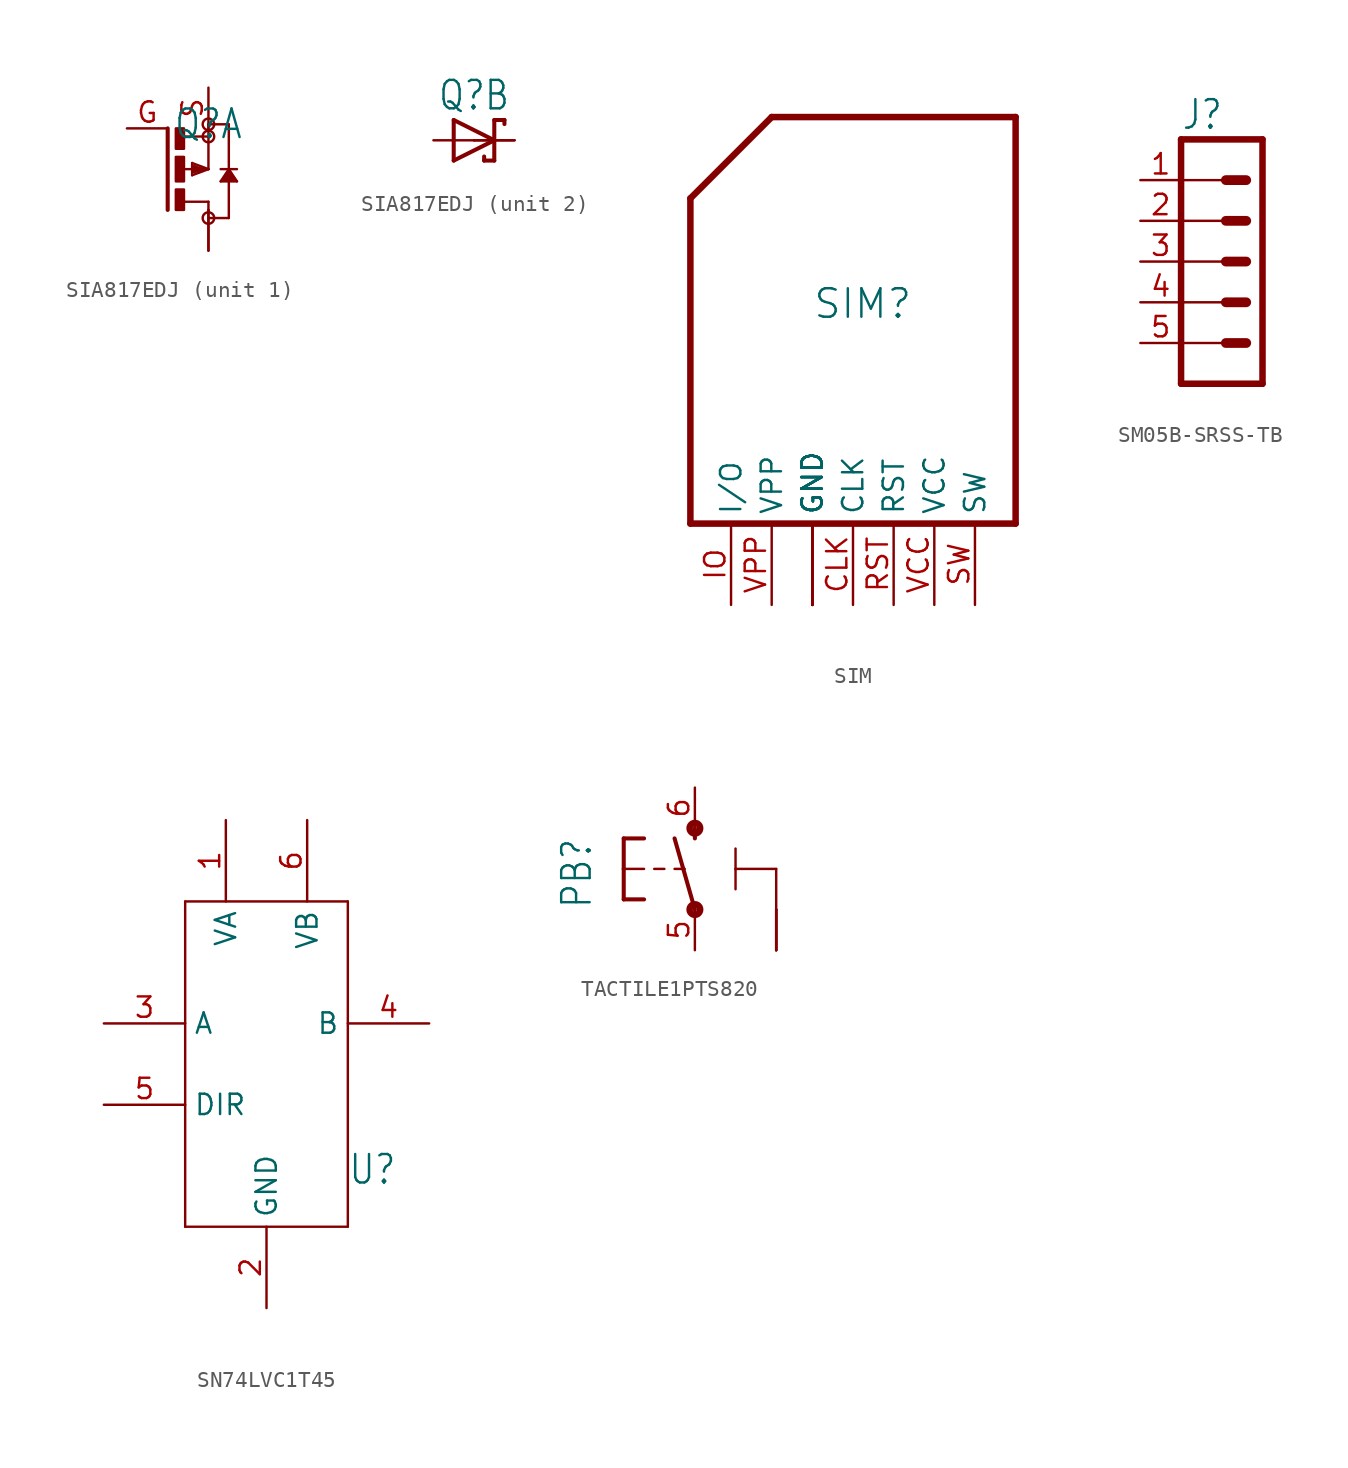
<source format=kicad_sym>
(kicad_symbol_lib
  (version 20231120)
  (generator "kicad_symbol_editor")
  (generator_version "8.0")
  (symbol "SIA817EDJ"
    (property "Reference" "Q"
      (at 0 1.778 0)
      (effects (font (size 1.778 1.511)) (justify bottom)))
    (property "Value" ""
      (at 0 -1.778 0)
      (effects (font (size 1.778 1.511)) (justify top)))
    (property "ki_locked" ""
      (at 0 0 0)
      (effects (font (size 1.27 1.27))))
    (symbol "SIA817EDJ_1_0"
      (rectangle (start -2.032 -2.54) (end -1.524 -1.27) (stroke (width 0) (type default)) (fill (type outline)))
      (rectangle (start -2.032 -0.762) (end -1.524 0.762) (stroke (width 0) (type default)) (fill (type outline)))
      (rectangle (start -2.032 1.27) (end -1.524 2.54) (stroke (width 0) (type default)) (fill (type outline)))
      (circle (center 0 -3.048) (radius 0.359) (stroke (width 0) (type solid)) (fill (type none)))
      (polyline (pts (xy -2.54 2.54) (xy -2.54 -2.54)) (stroke (width 0.254) (type solid)) (fill (type none)))
      (polyline (pts (xy -1.524 -2.032) (xy 0 -2.032)) (stroke (width 0.152) (type solid)) (fill (type none)))
      (polyline (pts (xy -1.524 0) (xy -0.508 0)) (stroke (width 0.152) (type solid)) (fill (type none)))
      (polyline (pts (xy -1.524 2.032) (xy 0 2.032)) (stroke (width 0.152) (type solid)) (fill (type none)))
      (polyline (pts (xy -1.016 -0.381) (xy 0 0)) (stroke (width 0.152) (type solid)) (fill (type none)))
      (polyline (pts (xy -1.016 0.381) (xy -1.016 -0.381)) (stroke (width 0.152) (type solid)) (fill (type none)))
      (polyline (pts (xy -0.889 -0.127) (xy -0.889 0.127)) (stroke (width 0.254) (type solid)) (fill (type none)))
      (polyline (pts (xy -0.889 0.127) (xy -0.508 0)) (stroke (width 0.254) (type solid)) (fill (type none)))
      (polyline (pts (xy -0.508 0) (xy -0.381 0)) (stroke (width 0.152) (type solid)) (fill (type none)))
      (polyline (pts (xy -0.381 0) (xy -0.889 -0.127)) (stroke (width 0.254) (type solid)) (fill (type none)))
      (polyline (pts (xy -0.381 0) (xy 0 0)) (stroke (width 0.152) (type solid)) (fill (type none)))
      (polyline (pts (xy 0 -3.048) (xy 1.27 -3.048)) (stroke (width 0.152) (type solid)) (fill (type none)))
      (polyline (pts (xy 0 -2.032) (xy 0 -2.54)) (stroke (width 0.152) (type solid)) (fill (type none)))
      (polyline (pts (xy 0 0) (xy -1.016 0.381)) (stroke (width 0.152) (type solid)) (fill (type none)))
      (polyline (pts (xy 0 0) (xy 0 2.032)) (stroke (width 0.152) (type solid)) (fill (type none)))
      (polyline (pts (xy 0 2.032) (xy 0 2.794)) (stroke (width 0.152) (type solid)) (fill (type none)))
      (polyline (pts (xy 0.762 -0.762) (xy 1.778 -0.762)) (stroke (width 0.152) (type solid)) (fill (type none)))
      (polyline (pts (xy 0.762 0) (xy 1.778 0)) (stroke (width 0.152) (type solid)) (fill (type none)))
      (polyline (pts (xy 1.016 -0.635) (xy 1.524 -0.635)) (stroke (width 0.254) (type solid)) (fill (type none)))
      (polyline (pts (xy 1.27 -3.048) (xy 1.27 -0.254)) (stroke (width 0.152) (type solid)) (fill (type none)))
      (polyline (pts (xy 1.27 -0.254) (xy 1.016 -0.635)) (stroke (width 0.254) (type solid)) (fill (type none)))
      (polyline (pts (xy 1.27 -0.254) (xy 1.27 0)) (stroke (width 0.152) (type solid)) (fill (type none)))
      (polyline (pts (xy 1.27 0) (xy 0.762 -0.762)) (stroke (width 0.152) (type solid)) (fill (type none)))
      (polyline (pts (xy 1.27 0) (xy 1.27 2.794)) (stroke (width 0.152) (type solid)) (fill (type none)))
      (polyline (pts (xy 1.27 2.794) (xy 0 2.794)) (stroke (width 0.152) (type solid)) (fill (type none)))
      (polyline (pts (xy 1.524 -0.635) (xy 1.27 -0.254)) (stroke (width 0.254) (type solid)) (fill (type none)))
      (polyline (pts (xy 1.778 -0.762) (xy 1.27 0)) (stroke (width 0.152) (type solid)) (fill (type none)))
      (circle (center 0 2.032) (radius 0.359) (stroke (width 0) (type solid)) (fill (type none)))
      (circle (center 0 2.794) (radius 0.359) (stroke (width 0) (type solid)) (fill (type none)))
      (pin passive line (at 0 -5.08 90) (length 2.54) (name "D" (effects (font (size 0 0)))) (number "D" (effects (font (size 0 0)))))
      (pin passive line (at 0 -5.08 90) (length 2.54) (name "D" (effects (font (size 0 0)))) (number "D2" (effects (font (size 0 0)))))
      (pin passive line (at -5.08 2.54 0) (length 2.54) (name "G" (effects (font (size 0 0)))) (number "G" (effects (font (size 1.27 1.27)))))
      (pin passive line (at 0 5.08 270) (length 2.54) (name "S" (effects (font (size 0 0)))) (number "S" (effects (font (size 1.27 1.27))))))
    (symbol "SIA817EDJ_2_0"
      (polyline (pts (xy -1.27 -1.27) (xy 1.27 0)) (stroke (width 0.254) (type solid)) (fill (type none)))
      (polyline (pts (xy -1.27 1.27) (xy -1.27 -1.27)) (stroke (width 0.254) (type solid)) (fill (type none)))
      (polyline (pts (xy 0.635 -1.016) (xy 0.635 -1.27)) (stroke (width 0.254) (type solid)) (fill (type none)))
      (polyline (pts (xy 1.27 -1.27) (xy 0.635 -1.27)) (stroke (width 0.254) (type solid)) (fill (type none)))
      (polyline (pts (xy 1.27 0) (xy -1.27 1.27)) (stroke (width 0.254) (type solid)) (fill (type none)))
      (polyline (pts (xy 1.27 0) (xy 1.27 -1.27)) (stroke (width 0.254) (type solid)) (fill (type none)))
      (polyline (pts (xy 1.27 1.27) (xy 1.27 0)) (stroke (width 0.254) (type solid)) (fill (type none)))
      (polyline (pts (xy 1.905 1.27) (xy 1.27 1.27)) (stroke (width 0.254) (type solid)) (fill (type none)))
      (polyline (pts (xy 1.905 1.27) (xy 1.905 1.016)) (stroke (width 0.254) (type solid)) (fill (type none)))
      (pin passive line (at -2.54 0 0) (length 2.54) (name "A" (effects (font (size 0 0)))) (number "A" (effects (font (size 0 0)))))
      (pin passive line (at 2.54 0 180) (length 2.54) (name "C" (effects (font (size 0 0)))) (number "K" (effects (font (size 0 0)))))
      (pin passive line (at 2.54 0 180) (length 2.54) (name "C" (effects (font (size 0 0)))) (number "K2" (effects (font (size 0 0)))))))
  (symbol "SIM"
    (property "Reference" "SIM"
      (at -2.54 0 0)
      (effects (font (size 1.778 1.778)) (justify left bottom)))
    (property "ki_locked" ""
      (at 0 0 0)
      (effects (font (size 1.27 1.27))))
    (symbol "SIM_1_0"
      (polyline (pts (xy -10.16 -12.7) (xy 10.16 -12.7)) (stroke (width 0.406) (type solid)) (fill (type none)))
      (polyline (pts (xy -10.16 7.62) (xy -10.16 -12.7)) (stroke (width 0.406) (type solid)) (fill (type none)))
      (polyline (pts (xy -5.08 12.7) (xy -10.16 7.62)) (stroke (width 0.406) (type solid)) (fill (type none)))
      (polyline (pts (xy 10.16 -12.7) (xy 10.16 12.7)) (stroke (width 0.406) (type solid)) (fill (type none)))
      (polyline (pts (xy 10.16 12.7) (xy -5.08 12.7)) (stroke (width 0.406) (type solid)) (fill (type none)))
      (pin bidirectional line (at 0 -17.78 90) (length 5.08) (name "CLK" (effects (font (size 1.27 1.27)))) (number "CLK" (effects (font (size 1.27 1.27)))))
      (pin bidirectional line (at -2.54 -17.78 90) (length 5.08) (name "GND" (effects (font (size 1.27 1.27)))) (number "GND" (effects (font (size 0 0)))))
      (pin bidirectional line (at -7.62 -17.78 90) (length 5.08) (name "I/O" (effects (font (size 1.27 1.27)))) (number "IO" (effects (font (size 1.27 1.27)))))
      (pin bidirectional line (at 2.54 -17.78 90) (length 5.08) (name "RST" (effects (font (size 1.27 1.27)))) (number "RST" (effects (font (size 1.27 1.27)))))
      (pin bidirectional line (at -2.54 -17.78 90) (length 5.08) (name "GND" (effects (font (size 1.27 1.27)))) (number "SH1" (effects (font (size 0 0)))))
      (pin bidirectional line (at -2.54 -17.78 90) (length 5.08) (name "GND" (effects (font (size 1.27 1.27)))) (number "SH2" (effects (font (size 0 0)))))
      (pin bidirectional line (at -2.54 -17.78 90) (length 5.08) (name "GND" (effects (font (size 1.27 1.27)))) (number "SH3" (effects (font (size 0 0)))))
      (pin bidirectional line (at -2.54 -17.78 90) (length 5.08) (name "GND" (effects (font (size 1.27 1.27)))) (number "SH4" (effects (font (size 0 0)))))
      (pin bidirectional line (at -2.54 -17.78 90) (length 5.08) (name "GND" (effects (font (size 1.27 1.27)))) (number "SH5" (effects (font (size 0 0)))))
      (pin bidirectional line (at 7.62 -17.78 90) (length 5.08) (name "SW" (effects (font (size 1.27 1.27)))) (number "SW" (effects (font (size 1.27 1.27)))))
      (pin bidirectional line (at 5.08 -17.78 90) (length 5.08) (name "VCC" (effects (font (size 1.27 1.27)))) (number "VCC" (effects (font (size 1.27 1.27)))))
      (pin bidirectional line (at -5.08 -17.78 90) (length 5.08) (name "VPP" (effects (font (size 1.27 1.27)))) (number "VPP" (effects (font (size 1.27 1.27)))))))
  (symbol "SM05B-SRSS-TB"
    (property "Reference" "J"
      (at -2.54 8.128 0)
      (effects (font (size 1.778 1.511)) (justify left bottom)))
    (property "ki_locked" ""
      (at 0 0 0)
      (effects (font (size 1.27 1.27))))
    (symbol "SM05B-SRSS-TB_1_0"
      (polyline (pts (xy -2.54 -5.08) (xy -2.54 -7.62)) (stroke (width 0.406) (type solid)) (fill (type none)))
      (polyline (pts (xy -2.54 -5.08) (xy 0 -5.08)) (stroke (width 0.152) (type solid)) (fill (type none)))
      (polyline (pts (xy -2.54 -2.54) (xy -2.54 -5.08)) (stroke (width 0.406) (type solid)) (fill (type none)))
      (polyline (pts (xy -2.54 -2.54) (xy 0 -2.54)) (stroke (width 0.152) (type solid)) (fill (type none)))
      (polyline (pts (xy -2.54 0) (xy -2.54 -2.54)) (stroke (width 0.406) (type solid)) (fill (type none)))
      (polyline (pts (xy -2.54 0) (xy 0 0)) (stroke (width 0.152) (type solid)) (fill (type none)))
      (polyline (pts (xy -2.54 2.54) (xy -2.54 0)) (stroke (width 0.406) (type solid)) (fill (type none)))
      (polyline (pts (xy -2.54 2.54) (xy 0 2.54)) (stroke (width 0.152) (type solid)) (fill (type none)))
      (polyline (pts (xy -2.54 5.08) (xy -2.54 2.54)) (stroke (width 0.406) (type solid)) (fill (type none)))
      (polyline (pts (xy -2.54 5.08) (xy 0 5.08)) (stroke (width 0.152) (type solid)) (fill (type none)))
      (polyline (pts (xy -2.54 7.62) (xy -2.54 5.08)) (stroke (width 0.406) (type solid)) (fill (type none)))
      (polyline (pts (xy -2.54 7.62) (xy 2.54 7.62)) (stroke (width 0.406) (type solid)) (fill (type none)))
      (polyline (pts (xy 0.254 -5.08) (xy 1.524 -5.08)) (stroke (width 0.61) (type solid)) (fill (type none)))
      (polyline (pts (xy 0.254 -2.54) (xy 1.524 -2.54)) (stroke (width 0.61) (type solid)) (fill (type none)))
      (polyline (pts (xy 0.254 0) (xy 1.524 0)) (stroke (width 0.61) (type solid)) (fill (type none)))
      (polyline (pts (xy 0.254 2.54) (xy 1.524 2.54)) (stroke (width 0.61) (type solid)) (fill (type none)))
      (polyline (pts (xy 0.254 5.08) (xy 1.524 5.08)) (stroke (width 0.61) (type solid)) (fill (type none)))
      (polyline (pts (xy 2.54 -7.62) (xy -2.54 -7.62)) (stroke (width 0.406) (type solid)) (fill (type none)))
      (polyline (pts (xy 2.54 -7.62) (xy 2.54 7.62)) (stroke (width 0.406) (type solid)) (fill (type none)))
      (pin passive line (at -5.08 5.08 0) (length 2.54) (name "1" (effects (font (size 0 0)))) (number "1" (effects (font (size 1.27 1.27)))))
      (pin passive line (at -5.08 2.54 0) (length 2.54) (name "2" (effects (font (size 0 0)))) (number "2" (effects (font (size 1.27 1.27)))))
      (pin passive line (at -5.08 0 0) (length 2.54) (name "3" (effects (font (size 0 0)))) (number "3" (effects (font (size 1.27 1.27)))))
      (pin passive line (at -5.08 -2.54 0) (length 2.54) (name "4" (effects (font (size 0 0)))) (number "4" (effects (font (size 1.27 1.27)))))
      (pin passive line (at -5.08 -5.08 0) (length 2.54) (name "5" (effects (font (size 0 0)))) (number "5" (effects (font (size 1.27 1.27)))))
      (pin passive line (at 0 -7.62 0) (length 0) (name "SH" (effects (font (size 0 0)))) (number "SH1" (effects (font (size 0 0)))))
      (pin passive line (at 0 -7.62 0) (length 0) (name "SH" (effects (font (size 0 0)))) (number "SH2" (effects (font (size 0 0)))))))
  (symbol "SN74LVC1T45"
    (property "Reference" "U"
      (at 5.08 -7.62 0)
      (effects (font (size 1.778 1.511)) (justify left bottom)))
    (property "Value" ""
      (at 5.08 -10.16 0)
      (effects (font (size 1.778 1.511)) (justify left bottom)))
    (property "ki_locked" ""
      (at 0 0 0)
      (effects (font (size 1.27 1.27))))
    (symbol "SN74LVC1T45_1_0"
      (polyline (pts (xy -5.08 -10.16) (xy 5.08 -10.16)) (stroke (width 0.152) (type solid)) (fill (type none)))
      (polyline (pts (xy -5.08 10.16) (xy -5.08 -10.16)) (stroke (width 0.152) (type solid)) (fill (type none)))
      (polyline (pts (xy 5.08 -10.16) (xy 5.08 10.16)) (stroke (width 0.152) (type solid)) (fill (type none)))
      (polyline (pts (xy 5.08 10.16) (xy -5.08 10.16)) (stroke (width 0.152) (type solid)) (fill (type none)))
      (pin power_in line (at -2.54 15.24 270) (length 5.08) (name "VA" (effects (font (size 1.27 1.27)))) (number "1" (effects (font (size 1.27 1.27)))))
      (pin power_in line (at 0 -15.24 90) (length 5.08) (name "GND" (effects (font (size 1.27 1.27)))) (number "2" (effects (font (size 1.27 1.27)))))
      (pin bidirectional line (at -10.16 2.54 0) (length 5.08) (name "A" (effects (font (size 1.27 1.27)))) (number "3" (effects (font (size 1.27 1.27)))))
      (pin bidirectional line (at 10.16 2.54 180) (length 5.08) (name "B" (effects (font (size 1.27 1.27)))) (number "4" (effects (font (size 1.27 1.27)))))
      (pin bidirectional line (at -10.16 -2.54 0) (length 5.08) (name "DIR" (effects (font (size 1.27 1.27)))) (number "5" (effects (font (size 1.27 1.27)))))
      (pin power_in line (at 2.54 15.24 270) (length 5.08) (name "VB" (effects (font (size 1.27 1.27)))) (number "6" (effects (font (size 1.27 1.27)))))))
  (symbol "TACTILE1PTS820"
    (property "Reference" "PB"
      (at -6.35 -2.54 90)
      (effects (font (size 1.778 1.511)) (justify left bottom)))
    (property "ki_locked" ""
      (at 0 0 0)
      (effects (font (size 1.27 1.27))))
    (symbol "TACTILE1PTS820_1_0"
      (circle (center 0 -2.54) (radius 0.127) (stroke (width 0.406) (type solid)) (fill (type none)))
      (polyline (pts (xy -4.445 -1.905) (xy -3.175 -1.905)) (stroke (width 0.254) (type solid)) (fill (type none)))
      (polyline (pts (xy -4.445 0) (xy -4.445 -1.905)) (stroke (width 0.254) (type solid)) (fill (type none)))
      (polyline (pts (xy -4.445 0) (xy -3.175 0)) (stroke (width 0.152) (type solid)) (fill (type none)))
      (polyline (pts (xy -4.445 1.905) (xy -4.445 0)) (stroke (width 0.254) (type solid)) (fill (type none)))
      (polyline (pts (xy -4.445 1.905) (xy -3.175 1.905)) (stroke (width 0.254) (type solid)) (fill (type none)))
      (polyline (pts (xy -2.54 0) (xy -1.905 0)) (stroke (width 0.152) (type solid)) (fill (type none)))
      (polyline (pts (xy -1.27 0) (xy -0.635 0)) (stroke (width 0.152) (type solid)) (fill (type none)))
      (polyline (pts (xy 0 -2.54) (xy -1.27 1.905)) (stroke (width 0.254) (type solid)) (fill (type none)))
      (polyline (pts (xy 0 1.905) (xy 0 2.54)) (stroke (width 0.254) (type solid)) (fill (type none)))
      (polyline (pts (xy 2.54 0) (xy 2.54 -1.27)) (stroke (width 0.152) (type solid)) (fill (type none)))
      (polyline (pts (xy 2.54 0) (xy 2.54 1.27)) (stroke (width 0.152) (type solid)) (fill (type none)))
      (polyline (pts (xy 5.08 -2.54) (xy 5.08 0)) (stroke (width 0.152) (type solid)) (fill (type none)))
      (polyline (pts (xy 5.08 0) (xy 2.54 0)) (stroke (width 0.152) (type solid)) (fill (type none)))
      (circle (center 0 2.54) (radius 0.127) (stroke (width 0.406) (type solid)) (fill (type none)))
      (pin power_in line (at 5.08 -5.08 90) (length 2.54) (name "3" (effects (font (size 0 0)))) (number "1" (effects (font (size 0 0)))))
      (pin power_in line (at 5.08 -5.08 90) (length 2.54) (name "3" (effects (font (size 0 0)))) (number "2" (effects (font (size 0 0)))))
      (pin power_in line (at 5.08 -5.08 90) (length 2.54) (name "3" (effects (font (size 0 0)))) (number "3" (effects (font (size 0 0)))))
      (pin power_in line (at 5.08 -5.08 90) (length 2.54) (name "3" (effects (font (size 0 0)))) (number "4" (effects (font (size 0 0)))))
      (pin passive line (at 0 -5.08 90) (length 2.54) (name "1" (effects (font (size 0 0)))) (number "5" (effects (font (size 1.27 1.27)))))
      (pin passive line (at 0 5.08 270) (length 2.54) (name "2" (effects (font (size 0 0)))) (number "6" (effects (font (size 1.27 1.27))))))))
</source>
